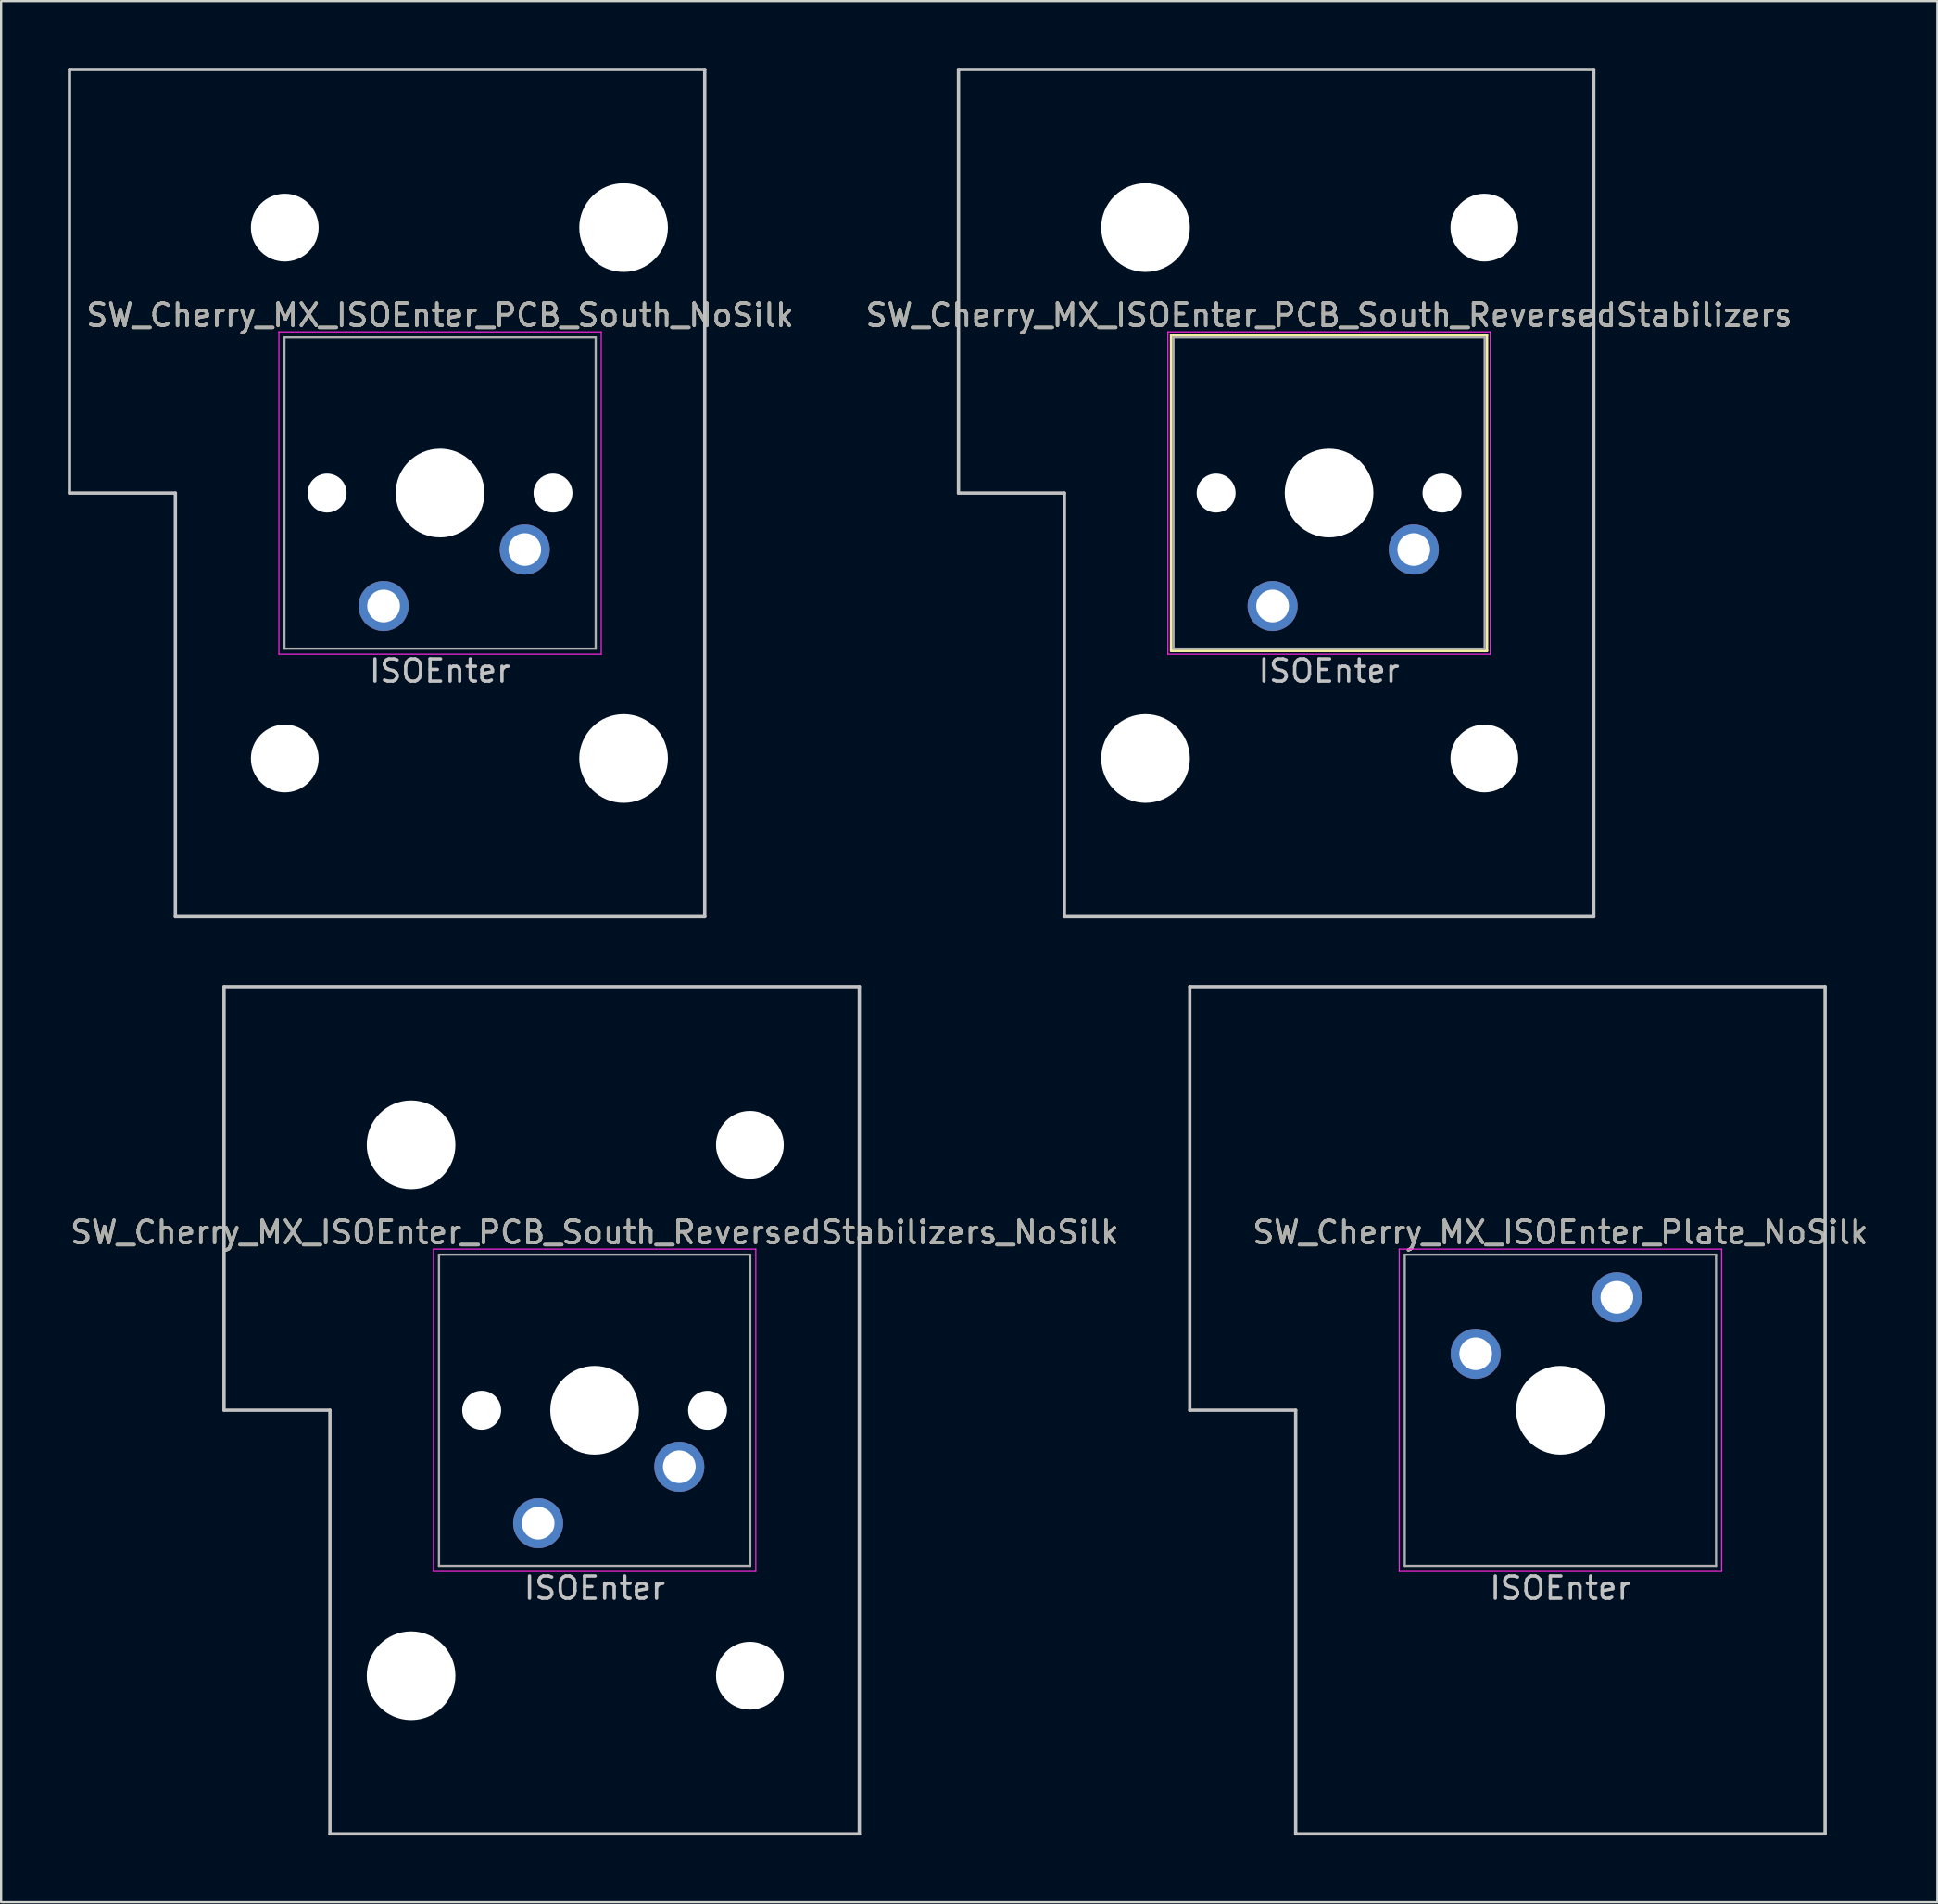
<source format=kicad_pcb>
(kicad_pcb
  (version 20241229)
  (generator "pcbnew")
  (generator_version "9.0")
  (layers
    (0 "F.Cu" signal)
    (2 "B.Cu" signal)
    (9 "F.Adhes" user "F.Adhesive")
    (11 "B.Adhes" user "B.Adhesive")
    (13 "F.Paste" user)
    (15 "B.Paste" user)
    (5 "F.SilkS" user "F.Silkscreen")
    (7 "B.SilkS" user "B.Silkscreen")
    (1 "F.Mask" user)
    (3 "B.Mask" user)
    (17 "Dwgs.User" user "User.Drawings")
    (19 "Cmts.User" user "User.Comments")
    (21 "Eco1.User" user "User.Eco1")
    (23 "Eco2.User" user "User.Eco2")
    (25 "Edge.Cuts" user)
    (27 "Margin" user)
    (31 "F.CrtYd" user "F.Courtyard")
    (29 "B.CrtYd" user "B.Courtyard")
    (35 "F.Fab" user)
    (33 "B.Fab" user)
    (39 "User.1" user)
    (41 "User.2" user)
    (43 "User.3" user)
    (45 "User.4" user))
  (footprint "SW_Cherry_MX_ISOEnter_PCB_South_ReversedStabilizers"
    (layer "F.Cu")
    (at 56.732 19.125)
    (property "Reference" "SW_Cherry_MX_ISOEnter_PCB_South_ReversedStabilizers" (at 0 -8 0) (layer "F.SilkS") (effects (font (size 1 1) (thickness 0.15))))
    (attr through_hole)
    (fp_line (start -7.1 -7.1) (end 7.1 -7.1) (stroke (width 0.12) (type solid)) (layer "F.SilkS"))
    (fp_line (start -7.1 7.1) (end -7.1 -7.1) (stroke (width 0.12) (type solid)) (layer "F.SilkS"))
    (fp_line (start 7.1 -7.1) (end 7.1 7.1) (stroke (width 0.12) (type solid)) (layer "F.SilkS"))
    (fp_line (start 7.1 7.1) (end -7.1 7.1) (stroke (width 0.12) (type solid)) (layer "F.SilkS"))
    (fp_line (start -16.669 -19.05) (end -16.669 0) (stroke (width 0.15) (type solid)) (layer "Dwgs.User"))
    (fp_line (start -16.669 -19.05) (end 11.906 -19.05) (stroke (width 0.15) (type solid)) (layer "Dwgs.User"))
    (fp_line (start -11.906 0) (end -16.669 0) (stroke (width 0.15) (type solid)) (layer "Dwgs.User"))
    (fp_line (start -11.906 19.05) (end -11.906 0) (stroke (width 0.15) (type solid)) (layer "Dwgs.User"))
    (fp_line (start -11.906 19.05) (end 11.906 19.05) (stroke (width 0.15) (type solid)) (layer "Dwgs.User"))
    (fp_line (start 11.906 -19.05) (end 11.906 19.05) (stroke (width 0.15) (type solid)) (layer "Dwgs.User"))
    (fp_line (start -7.25 -7.25) (end 7.25 -7.25) (stroke (width 0.05) (type solid)) (layer "F.CrtYd"))
    (fp_line (start -7.25 7.25) (end -7.25 -7.25) (stroke (width 0.05) (type solid)) (layer "F.CrtYd"))
    (fp_line (start 7.25 -7.25) (end 7.25 7.25) (stroke (width 0.05) (type solid)) (layer "F.CrtYd"))
    (fp_line (start 7.25 7.25) (end -7.25 7.25) (stroke (width 0.05) (type solid)) (layer "F.CrtYd"))
    (fp_line (start -7 -7) (end 7 -7) (stroke (width 0.1) (type solid)) (layer "F.Fab"))
    (fp_line (start -7 7) (end -7 -7) (stroke (width 0.1) (type solid)) (layer "F.Fab"))
    (fp_line (start 7 -7) (end 7 7) (stroke (width 0.1) (type solid)) (layer "F.Fab"))
    (fp_line (start 7 7) (end -7 7) (stroke (width 0.1) (type solid)) (layer "F.Fab"))
    (fp_text user "ISOEnter" (at 0 8 0) (layer "Dwgs.User") (effects (font (size 1 1) (thickness 0.15))))
    (fp_text user "${REFERENCE}" (at 0 -8 0) (layer "F.Fab") (effects (font (size 1 1) (thickness 0.15))))
    (pad "" np_thru_hole circle (at -8.255 -11.938) (size 3.988 3.988) (drill 3.988) (layers "*.Cu" "*.Mask"))
    (pad "" np_thru_hole circle (at -8.255 11.938) (size 3.988 3.988) (drill 3.988) (layers "*.Cu" "*.Mask"))
    (pad "" np_thru_hole circle (at -5.08 0 228.1) (size 1.75 1.75) (drill 1.75) (layers "*.Cu" "*.Mask"))
    (pad "" np_thru_hole circle (at 0 0 180) (size 3.988 3.988) (drill 3.988) (layers "*.Cu" "*.Mask"))
    (pad "" np_thru_hole circle (at 5.08 0 228.1) (size 1.75 1.75) (drill 1.75) (layers "*.Cu" "*.Mask"))
    (pad "" np_thru_hole circle (at 6.985 -11.938) (size 3.048 3.048) (drill 3.048) (layers "*.Cu" "*.Mask"))
    (pad "" np_thru_hole circle (at 6.985 11.938) (size 3.048 3.048) (drill 3.048) (layers "*.Cu" "*.Mask"))
    (pad "1" thru_hole circle (at 3.81 2.54 180) (size 2.25 2.25) (drill 1.47) (layers "*.Cu" "B.Mask"))
    (pad "2" thru_hole circle (at -2.54 5.08 180) (size 2.25 2.25) (drill 1.47) (layers "*.Cu" "B.Mask")))
  (footprint "SW_Cherry_MX_ISOEnter_PCB_South_ReversedStabilizers_NoSilk"
    (layer "F.Cu")
    (at 23.696 60.375)
    (property "Reference" "SW_Cherry_MX_ISOEnter_PCB_South_ReversedStabilizers_NoSilk" (at 0 -8 0) (layer "F.SilkS") (effects (font (size 1 1) (thickness 0.15))))
    (attr through_hole)
    (fp_line (start -16.669 -19.05) (end -16.669 0) (stroke (width 0.15) (type solid)) (layer "Dwgs.User"))
    (fp_line (start -16.669 -19.05) (end 11.906 -19.05) (stroke (width 0.15) (type solid)) (layer "Dwgs.User"))
    (fp_line (start -11.906 0) (end -16.669 0) (stroke (width 0.15) (type solid)) (layer "Dwgs.User"))
    (fp_line (start -11.906 19.05) (end -11.906 0) (stroke (width 0.15) (type solid)) (layer "Dwgs.User"))
    (fp_line (start -11.906 19.05) (end 11.906 19.05) (stroke (width 0.15) (type solid)) (layer "Dwgs.User"))
    (fp_line (start 11.906 -19.05) (end 11.906 19.05) (stroke (width 0.15) (type solid)) (layer "Dwgs.User"))
    (fp_line (start -7.25 -7.25) (end 7.25 -7.25) (stroke (width 0.05) (type solid)) (layer "F.CrtYd"))
    (fp_line (start -7.25 7.25) (end -7.25 -7.25) (stroke (width 0.05) (type solid)) (layer "F.CrtYd"))
    (fp_line (start 7.25 -7.25) (end 7.25 7.25) (stroke (width 0.05) (type solid)) (layer "F.CrtYd"))
    (fp_line (start 7.25 7.25) (end -7.25 7.25) (stroke (width 0.05) (type solid)) (layer "F.CrtYd"))
    (fp_line (start -7 -7) (end 7 -7) (stroke (width 0.1) (type solid)) (layer "F.Fab"))
    (fp_line (start -7 7) (end -7 -7) (stroke (width 0.1) (type solid)) (layer "F.Fab"))
    (fp_line (start 7 -7) (end 7 7) (stroke (width 0.1) (type solid)) (layer "F.Fab"))
    (fp_line (start 7 7) (end -7 7) (stroke (width 0.1) (type solid)) (layer "F.Fab"))
    (fp_text user "ISOEnter" (at 0 8 0) (layer "Dwgs.User") (effects (font (size 1 1) (thickness 0.15))))
    (fp_text user "${REFERENCE}" (at 0 -8 0) (layer "F.Fab") (effects (font (size 1 1) (thickness 0.15))))
    (pad "" np_thru_hole circle (at -8.255 -11.938) (size 3.988 3.988) (drill 3.988) (layers "*.Cu" "*.Mask"))
    (pad "" np_thru_hole circle (at -8.255 11.938) (size 3.988 3.988) (drill 3.988) (layers "*.Cu" "*.Mask"))
    (pad "" np_thru_hole circle (at -5.08 0 228.1) (size 1.75 1.75) (drill 1.75) (layers "*.Cu" "*.Mask"))
    (pad "" np_thru_hole circle (at 0 0 180) (size 3.988 3.988) (drill 3.988) (layers "*.Cu" "*.Mask"))
    (pad "" np_thru_hole circle (at 5.08 0 228.1) (size 1.75 1.75) (drill 1.75) (layers "*.Cu" "*.Mask"))
    (pad "" np_thru_hole circle (at 6.985 -11.938) (size 3.048 3.048) (drill 3.048) (layers "*.Cu" "*.Mask"))
    (pad "" np_thru_hole circle (at 6.985 11.938) (size 3.048 3.048) (drill 3.048) (layers "*.Cu" "*.Mask"))
    (pad "1" thru_hole circle (at 3.81 2.54 180) (size 2.25 2.25) (drill 1.47) (layers "*.Cu" "B.Mask"))
    (pad "2" thru_hole circle (at -2.54 5.08 180) (size 2.25 2.25) (drill 1.47) (layers "*.Cu" "B.Mask")))
  (footprint "SW_Cherry_MX_ISOEnter_Plate_NoSilk"
    (layer "F.Cu")
    (at 67.137 60.375)
    (property "Reference" "SW_Cherry_MX_ISOEnter_Plate_NoSilk" (at 0 -8 0) (layer "F.SilkS") (effects (font (size 1 1) (thickness 0.15))))
    (attr through_hole)
    (fp_line (start -16.669 -19.05) (end -16.669 0) (stroke (width 0.15) (type solid)) (layer "Dwgs.User"))
    (fp_line (start -16.669 -19.05) (end 11.906 -19.05) (stroke (width 0.15) (type solid)) (layer "Dwgs.User"))
    (fp_line (start -11.906 0) (end -16.669 0) (stroke (width 0.15) (type solid)) (layer "Dwgs.User"))
    (fp_line (start -11.906 19.05) (end -11.906 0) (stroke (width 0.15) (type solid)) (layer "Dwgs.User"))
    (fp_line (start -11.906 19.05) (end 11.906 19.05) (stroke (width 0.15) (type solid)) (layer "Dwgs.User"))
    (fp_line (start 11.906 -19.05) (end 11.906 19.05) (stroke (width 0.15) (type solid)) (layer "Dwgs.User"))
    (fp_line (start -7.25 -7.25) (end 7.25 -7.25) (stroke (width 0.05) (type solid)) (layer "F.CrtYd"))
    (fp_line (start -7.25 7.25) (end -7.25 -7.25) (stroke (width 0.05) (type solid)) (layer "F.CrtYd"))
    (fp_line (start 7.25 -7.25) (end 7.25 7.25) (stroke (width 0.05) (type solid)) (layer "F.CrtYd"))
    (fp_line (start 7.25 7.25) (end -7.25 7.25) (stroke (width 0.05) (type solid)) (layer "F.CrtYd"))
    (fp_line (start -7 -7) (end 7 -7) (stroke (width 0.1) (type solid)) (layer "F.Fab"))
    (fp_line (start -7 7) (end -7 -7) (stroke (width 0.1) (type solid)) (layer "F.Fab"))
    (fp_line (start 7 -7) (end 7 7) (stroke (width 0.1) (type solid)) (layer "F.Fab"))
    (fp_line (start 7 7) (end -7 7) (stroke (width 0.1) (type solid)) (layer "F.Fab"))
    (fp_text user "ISOEnter" (at 0 8 0) (layer "Dwgs.User") (effects (font (size 1 1) (thickness 0.15))))
    (fp_text user "${REFERENCE}" (at 0 -8 0) (layer "F.Fab") (effects (font (size 1 1) (thickness 0.15))))
    (pad "" np_thru_hole circle (at 0 0) (size 3.988 3.988) (drill 3.988) (layers "*.Cu" "*.Mask"))
    (pad "1" thru_hole circle (at -3.81 -2.54) (size 2.25 2.25) (drill 1.47) (layers "*.Cu" "B.Mask"))
    (pad "2" thru_hole circle (at 2.54 -5.08) (size 2.25 2.25) (drill 1.47) (layers "*.Cu" "B.Mask")))
  (footprint "SW_Cherry_MX_ISOEnter_PCB_South_NoSilk"
    (layer "F.Cu")
    (at 16.744 19.125)
    (property "Reference" "SW_Cherry_MX_ISOEnter_PCB_South_NoSilk" (at 0 -8 0) (layer "F.SilkS") (effects (font (size 1 1) (thickness 0.15))))
    (attr through_hole)
    (fp_line (start -16.669 -19.05) (end -16.669 0) (stroke (width 0.15) (type solid)) (layer "Dwgs.User"))
    (fp_line (start -16.669 -19.05) (end 11.906 -19.05) (stroke (width 0.15) (type solid)) (layer "Dwgs.User"))
    (fp_line (start -11.906 0) (end -16.669 0) (stroke (width 0.15) (type solid)) (layer "Dwgs.User"))
    (fp_line (start -11.906 19.05) (end -11.906 0) (stroke (width 0.15) (type solid)) (layer "Dwgs.User"))
    (fp_line (start -11.906 19.05) (end 11.906 19.05) (stroke (width 0.15) (type solid)) (layer "Dwgs.User"))
    (fp_line (start 11.906 -19.05) (end 11.906 19.05) (stroke (width 0.15) (type solid)) (layer "Dwgs.User"))
    (fp_line (start -7.25 -7.25) (end 7.25 -7.25) (stroke (width 0.05) (type solid)) (layer "F.CrtYd"))
    (fp_line (start -7.25 7.25) (end -7.25 -7.25) (stroke (width 0.05) (type solid)) (layer "F.CrtYd"))
    (fp_line (start 7.25 -7.25) (end 7.25 7.25) (stroke (width 0.05) (type solid)) (layer "F.CrtYd"))
    (fp_line (start 7.25 7.25) (end -7.25 7.25) (stroke (width 0.05) (type solid)) (layer "F.CrtYd"))
    (fp_line (start -7 -7) (end 7 -7) (stroke (width 0.1) (type solid)) (layer "F.Fab"))
    (fp_line (start -7 7) (end -7 -7) (stroke (width 0.1) (type solid)) (layer "F.Fab"))
    (fp_line (start 7 -7) (end 7 7) (stroke (width 0.1) (type solid)) (layer "F.Fab"))
    (fp_line (start 7 7) (end -7 7) (stroke (width 0.1) (type solid)) (layer "F.Fab"))
    (fp_text user "ISOEnter" (at 0 8 0) (layer "Dwgs.User") (effects (font (size 1 1) (thickness 0.15))))
    (fp_text user "${REFERENCE}" (at 0 -8 0) (layer "F.Fab") (effects (font (size 1 1) (thickness 0.15))))
    (pad "" np_thru_hole circle (at -6.985 -11.938) (size 3.048 3.048) (drill 3.048) (layers "*.Cu" "*.Mask"))
    (pad "" np_thru_hole circle (at -6.985 11.938) (size 3.048 3.048) (drill 3.048) (layers "*.Cu" "*.Mask"))
    (pad "" np_thru_hole circle (at -5.08 0 228.1) (size 1.75 1.75) (drill 1.75) (layers "*.Cu" "*.Mask"))
    (pad "" np_thru_hole circle (at 0 0 180) (size 3.988 3.988) (drill 3.988) (layers "*.Cu" "*.Mask"))
    (pad "" np_thru_hole circle (at 5.08 0 228.1) (size 1.75 1.75) (drill 1.75) (layers "*.Cu" "*.Mask"))
    (pad "" np_thru_hole circle (at 8.255 -11.938) (size 3.988 3.988) (drill 3.988) (layers "*.Cu" "*.Mask"))
    (pad "" np_thru_hole circle (at 8.255 11.938) (size 3.988 3.988) (drill 3.988) (layers "*.Cu" "*.Mask"))
    (pad "1" thru_hole circle (at 3.81 2.54 180) (size 2.25 2.25) (drill 1.47) (layers "*.Cu" "B.Mask"))
    (pad "2" thru_hole circle (at -2.54 5.08 180) (size 2.25 2.25) (drill 1.47) (layers "*.Cu" "B.Mask")))
  (gr_rect
    (start -3 -3)
    (end 84.095 82.5)
    (stroke (width 0.1) (type default))
    (fill no)
    (layer "Edge.Cuts")))
</source>
